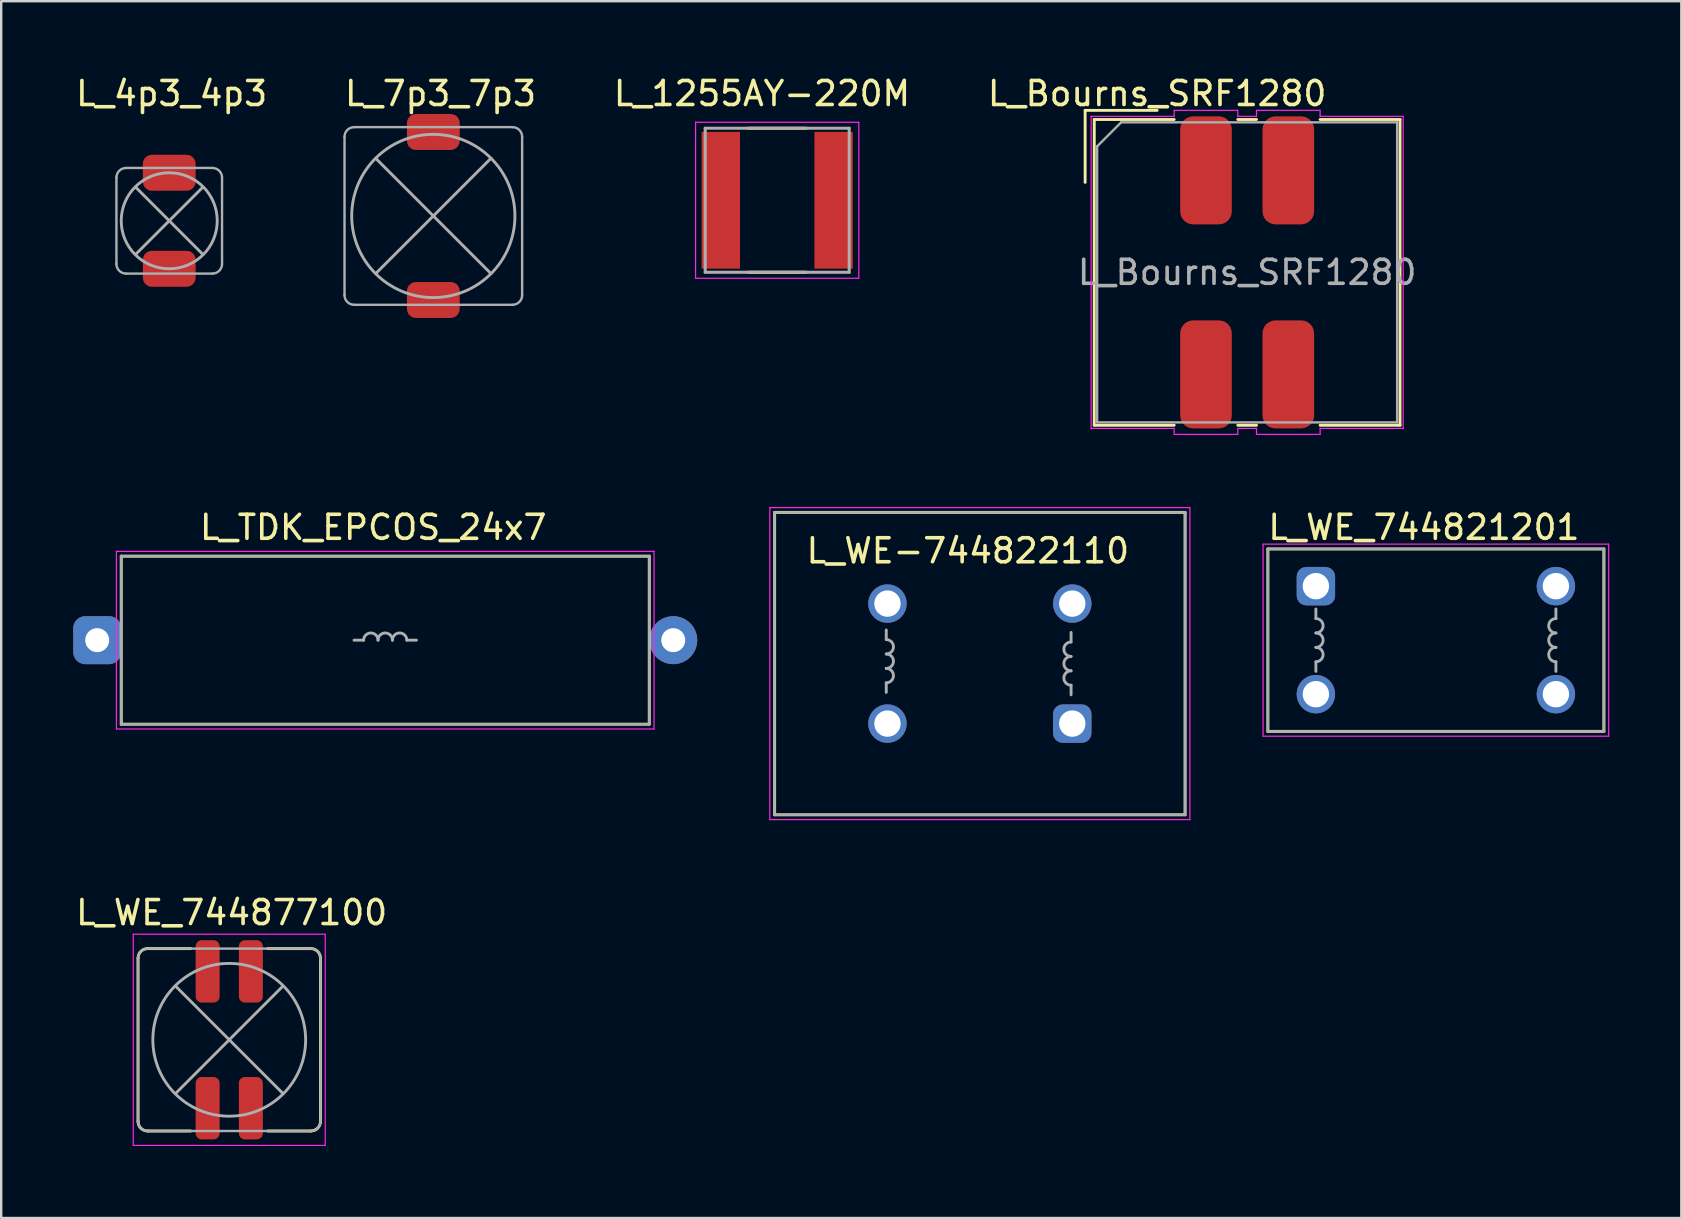
<source format=kicad_pcb>
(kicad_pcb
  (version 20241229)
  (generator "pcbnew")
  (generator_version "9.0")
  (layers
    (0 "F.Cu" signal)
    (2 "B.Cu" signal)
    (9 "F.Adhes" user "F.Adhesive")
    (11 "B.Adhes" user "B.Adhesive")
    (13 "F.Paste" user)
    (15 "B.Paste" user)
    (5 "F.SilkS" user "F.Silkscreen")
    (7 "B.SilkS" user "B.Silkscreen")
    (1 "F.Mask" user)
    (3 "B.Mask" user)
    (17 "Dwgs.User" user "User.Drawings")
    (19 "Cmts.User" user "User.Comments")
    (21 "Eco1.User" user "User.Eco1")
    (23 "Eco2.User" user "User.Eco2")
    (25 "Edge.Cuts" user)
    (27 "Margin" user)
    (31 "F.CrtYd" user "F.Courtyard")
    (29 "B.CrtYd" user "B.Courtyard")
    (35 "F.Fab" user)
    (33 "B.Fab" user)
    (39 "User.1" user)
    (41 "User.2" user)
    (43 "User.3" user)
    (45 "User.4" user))
  (footprint "L_WE-744822110"
    (layer "F.Cu")
    (at 37.775 24.598)
    (property "Reference" "L_WE-744822110" (at -0.5 -4.7 0) (layer "F.SilkS") (effects (font (size 1 1) (thickness 0.15))))
    (attr through_hole)
    (fp_line (start -8.55 -6.3) (end 8.55 -6.3) (stroke (width 0.12) (type solid)) (layer "F.SilkS"))
    (fp_line (start -8.55 6.3) (end -8.55 -6.3) (stroke (width 0.12) (type solid)) (layer "F.SilkS"))
    (fp_line (start 8.55 -6.3) (end 8.55 6.3) (stroke (width 0.12) (type solid)) (layer "F.SilkS"))
    (fp_line (start 8.55 6.3) (end -8.55 6.3) (stroke (width 0.12) (type solid)) (layer "F.SilkS"))
    (fp_line (start -8.75 -6.5) (end 8.75 -6.5) (stroke (width 0.05) (type solid)) (layer "F.CrtYd"))
    (fp_line (start -8.75 6.5) (end -8.75 -6.5) (stroke (width 0.05) (type solid)) (layer "F.CrtYd"))
    (fp_line (start 8.75 -6.5) (end 8.75 6.5) (stroke (width 0.05) (type solid)) (layer "F.CrtYd"))
    (fp_line (start 8.75 6.5) (end -8.75 6.5) (stroke (width 0.05) (type solid)) (layer "F.CrtYd"))
    (fp_line (start -8.55 -6.3) (end -8.55 6.3) (stroke (width 0.1) (type solid)) (layer "F.Fab"))
    (fp_line (start -8.55 6.3) (end 8.55 6.3) (stroke (width 0.1) (type solid)) (layer "F.Fab"))
    (fp_line (start -3.9 -1.4) (end -3.9 -1) (stroke (width 0.12) (type solid)) (layer "F.Fab"))
    (fp_line (start -3.9 1.2) (end -3.9 0.8) (stroke (width 0.12) (type solid)) (layer "F.Fab"))
    (fp_line (start 3.8 -1.3) (end 3.8 -0.9) (stroke (width 0.12) (type solid)) (layer "F.Fab"))
    (fp_line (start 3.8 1.3) (end 3.8 0.9) (stroke (width 0.12) (type solid)) (layer "F.Fab"))
    (fp_line (start 8.55 -6.3) (end -8.55 -6.3) (stroke (width 0.1) (type solid)) (layer "F.Fab"))
    (fp_line (start 8.55 6.3) (end 8.55 -6.3) (stroke (width 0.1) (type solid)) (layer "F.Fab"))
    (fp_arc (start -3.9 -1) (mid -3.6 -0.7) (end -3.9 -0.4) (stroke (width 0.12) (type solid)) (layer "F.Fab"))
    (fp_arc (start -3.9 -0.4) (mid -3.6 -0.1) (end -3.9 0.2) (stroke (width 0.12) (type solid)) (layer "F.Fab"))
    (fp_arc (start -3.9 0.2) (mid -3.6 0.5) (end -3.9 0.8) (stroke (width 0.12) (type solid)) (layer "F.Fab"))
    (fp_arc (start 3.8 -0.3) (mid 3.5 -0.6) (end 3.8 -0.9) (stroke (width 0.12) (type solid)) (layer "F.Fab"))
    (fp_arc (start 3.8 0.3) (mid 3.5 0) (end 3.8 -0.3) (stroke (width 0.12) (type solid)) (layer "F.Fab"))
    (fp_arc (start 3.8 0.9) (mid 3.5 0.6) (end 3.8 0.3) (stroke (width 0.12) (type solid)) (layer "F.Fab"))
    (pad "1" thru_hole roundrect (at 3.85 2.5) (size 1.6 1.6) (drill 1.1) (layers "*.Cu" "*.Mask") (roundrect_rratio 0.25))
    (pad "2" thru_hole circle (at 3.85 -2.5) (size 1.6 1.6) (drill 1.1) (layers "*.Cu" "*.Mask"))
    (pad "3" thru_hole circle (at -3.85 -2.5) (size 1.6 1.6) (drill 1.1) (layers "*.Cu" "*.Mask"))
    (pad "4" thru_hole circle (at -3.85 2.5) (size 1.6 1.6) (drill 1.1) (layers "*.Cu" "*.Mask")))
  (footprint "L_TDK_EPCOS_24x7"
    (layer "F.Cu")
    (at 13 23.622)
    (property "Reference" "L_TDK_EPCOS_24x7" (at -0.5 -4.7 0) (layer "F.SilkS") (effects (font (size 1 1) (thickness 0.15))))
    (attr through_hole)
    (fp_line (start -11 -3.5) (end 11 -3.5) (stroke (width 0.12) (type solid)) (layer "F.SilkS"))
    (fp_line (start -11 3.5) (end -11 -3.5) (stroke (width 0.12) (type solid)) (layer "F.SilkS"))
    (fp_line (start 11 -3.5) (end 11 3.5) (stroke (width 0.12) (type solid)) (layer "F.SilkS"))
    (fp_line (start 11 3.5) (end -11 3.5) (stroke (width 0.12) (type solid)) (layer "F.SilkS"))
    (fp_line (start -11.2 -3.7) (end 11.2 -3.7) (stroke (width 0.05) (type solid)) (layer "F.CrtYd"))
    (fp_line (start -11.2 3.7) (end -11.2 -3.7) (stroke (width 0.05) (type solid)) (layer "F.CrtYd"))
    (fp_line (start 11.2 -3.7) (end 11.2 3.7) (stroke (width 0.05) (type solid)) (layer "F.CrtYd"))
    (fp_line (start 11.2 3.7) (end -11.2 3.7) (stroke (width 0.05) (type solid)) (layer "F.CrtYd"))
    (fp_line (start -11 -3.5) (end -11 3.5) (stroke (width 0.1) (type solid)) (layer "F.Fab"))
    (fp_line (start -11 3.5) (end 11 3.5) (stroke (width 0.1) (type solid)) (layer "F.Fab"))
    (fp_line (start -1.3 0) (end -0.9 0) (stroke (width 0.12) (type solid)) (layer "F.Fab"))
    (fp_line (start 1.3 0) (end 0.9 0) (stroke (width 0.12) (type solid)) (layer "F.Fab"))
    (fp_line (start 11 -3.5) (end -11 -3.5) (stroke (width 0.1) (type solid)) (layer "F.Fab"))
    (fp_line (start 11 3.5) (end 11 -3.5) (stroke (width 0.1) (type solid)) (layer "F.Fab"))
    (fp_arc (start -0.9 0) (mid -0.6 -0.3) (end -0.3 0) (stroke (width 0.12) (type solid)) (layer "F.Fab"))
    (fp_arc (start -0.3 0) (mid 0 -0.3) (end 0.3 0) (stroke (width 0.12) (type solid)) (layer "F.Fab"))
    (fp_arc (start 0.3 0) (mid 0.6 -0.3) (end 0.9 0) (stroke (width 0.12) (type solid)) (layer "F.Fab"))
    (pad "1" thru_hole roundrect (at -12 0) (size 2 2) (drill 1) (layers "*.Cu" "*.Mask") (roundrect_rratio 0.25))
    (pad "2" thru_hole circle (at 12 0) (size 2 2) (drill 1) (layers "*.Cu" "*.Mask")))
  (footprint "L_WE_744877100"
    (layer "F.Cu")
    (at 6.501 40.272)
    (property "Reference" "L_WE_744877100" (at 0.1 -5.3 0) (layer "F.SilkS") (effects (font (size 1 1) (thickness 0.15))))
    (attr through_hole)
    (fp_line (start -3.8 -3.4) (end -3.8 3.4) (stroke (width 0.12) (type solid)) (layer "F.SilkS"))
    (fp_line (start -3.4 -3.8) (end -1.6 -3.8) (stroke (width 0.12) (type solid)) (layer "F.SilkS"))
    (fp_line (start -1.6 3.8) (end -3.4 3.8) (stroke (width 0.12) (type solid)) (layer "F.SilkS"))
    (fp_line (start 3.4 -3.8) (end 1.6 -3.8) (stroke (width 0.12) (type solid)) (layer "F.SilkS"))
    (fp_line (start 3.4 3.8) (end 1.6 3.8) (stroke (width 0.12) (type solid)) (layer "F.SilkS"))
    (fp_line (start 3.8 -3.4) (end 3.8 3.4) (stroke (width 0.12) (type solid)) (layer "F.SilkS"))
    (fp_arc (start -3.8 -3.4) (mid -3.682843 -3.682843) (end -3.4 -3.8) (stroke (width 0.12) (type solid)) (layer "F.SilkS"))
    (fp_arc (start -3.4 3.8) (mid -3.682843 3.682843) (end -3.8 3.4) (stroke (width 0.12) (type solid)) (layer "F.SilkS"))
    (fp_arc (start 3.4 -3.8) (mid 3.682843 -3.682843) (end 3.8 -3.4) (stroke (width 0.12) (type solid)) (layer "F.SilkS"))
    (fp_arc (start 3.8 3.4) (mid 3.682843 3.682843) (end 3.4 3.8) (stroke (width 0.12) (type solid)) (layer "F.SilkS"))
    (fp_line (start -4 -4.4) (end 4 -4.4) (stroke (width 0.05) (type solid)) (layer "F.CrtYd"))
    (fp_line (start -4 4.4) (end -4 -4.4) (stroke (width 0.05) (type solid)) (layer "F.CrtYd"))
    (fp_line (start 4 -4.4) (end 4 4.4) (stroke (width 0.05) (type solid)) (layer "F.CrtYd"))
    (fp_line (start 4 4.4) (end -4 4.4) (stroke (width 0.05) (type solid)) (layer "F.CrtYd"))
    (fp_line (start -3.8 3.4) (end -3.8 -3.4) (stroke (width 0.1) (type solid)) (layer "F.Fab"))
    (fp_line (start -3.4 -3.8) (end 3.4 -3.8) (stroke (width 0.1) (type solid)) (layer "F.Fab"))
    (fp_line (start -2.2 -2.2) (end 2.2 2.2) (stroke (width 0.12) (type solid)) (layer "F.Fab"))
    (fp_line (start 2.2 -2.2) (end -2.2 2.2) (stroke (width 0.12) (type solid)) (layer "F.Fab"))
    (fp_line (start 3.4 3.8) (end -3.4 3.8) (stroke (width 0.1) (type solid)) (layer "F.Fab"))
    (fp_line (start 3.8 -3.4) (end 3.8 3.4) (stroke (width 0.1) (type solid)) (layer "F.Fab"))
    (fp_arc (start -3.8 -3.4) (mid -3.682843 -3.682843) (end -3.4 -3.8) (stroke (width 0.1) (type solid)) (layer "F.Fab"))
    (fp_arc (start -3.4 3.8) (mid -3.682843 3.682843) (end -3.8 3.4) (stroke (width 0.1) (type solid)) (layer "F.Fab"))
    (fp_arc (start 3.4 -3.8) (mid 3.682843 -3.682843) (end 3.8 -3.4) (stroke (width 0.1) (type solid)) (layer "F.Fab"))
    (fp_arc (start 3.8 3.4) (mid 3.682843 3.682843) (end 3.4 3.8) (stroke (width 0.1) (type solid)) (layer "F.Fab"))
    (fp_circle (center 0 0) (end 2.3 2.2) (stroke (width 0.12) (type solid)) (fill no) (layer "F.Fab"))
    (pad "1" smd roundrect (at 0.9 2.85) (size 1 2.6) (layers "F.Cu" "F.Mask" "F.Paste") (roundrect_rratio 0.25))
    (pad "2" smd roundrect (at 0.9 -2.85) (size 1 2.6) (layers "F.Cu" "F.Mask" "F.Paste") (roundrect_rratio 0.25))
    (pad "3" smd roundrect (at -0.9 -2.85) (size 1 2.6) (layers "F.Cu" "F.Mask" "F.Paste") (roundrect_rratio 0.25))
    (pad "4" smd roundrect (at -0.9 2.85) (size 1 2.6) (layers "F.Cu" "F.Mask" "F.Paste") (roundrect_rratio 0.25)))
  (footprint "L_Bourns_SRF1280"
    (layer "F.Cu")
    (at 48.911 8.298)
    (property "Reference" "L_Bourns_SRF1280" (at -3.75 -7.45 0) (layer "F.SilkS") (effects (font (size 1 1) (thickness 0.15))))
    (attr smd)
    (fp_line (start -6.75 -6.75) (end -3.75 -6.75) (stroke (width 0.12) (type solid)) (layer "F.SilkS"))
    (fp_line (start -6.75 -3.75) (end -6.75 -6.75) (stroke (width 0.12) (type solid)) (layer "F.SilkS"))
    (fp_line (start -6.37 -6.37) (end -6.37 6.37) (stroke (width 0.12) (type solid)) (layer "F.SilkS"))
    (fp_line (start -6.37 -6.37) (end -3.04 -6.37) (stroke (width 0.12) (type solid)) (layer "F.SilkS"))
    (fp_line (start -6.37 6.37) (end -3.04 6.37) (stroke (width 0.12) (type solid)) (layer "F.SilkS"))
    (fp_line (start -0.39 -6.37) (end 0.39 -6.37) (stroke (width 0.12) (type solid)) (layer "F.SilkS"))
    (fp_line (start -0.39 6.37) (end 0.39 6.37) (stroke (width 0.12) (type solid)) (layer "F.SilkS"))
    (fp_line (start 3.04 -6.37) (end 6.37 -6.37) (stroke (width 0.12) (type solid)) (layer "F.SilkS"))
    (fp_line (start 3.04 6.37) (end 6.37 6.37) (stroke (width 0.12) (type solid)) (layer "F.SilkS"))
    (fp_line (start 6.37 -6.37) (end 6.37 6.37) (stroke (width 0.12) (type solid)) (layer "F.SilkS"))
    (fp_line (start -6.5 -6.5) (end -6.5 6.5) (stroke (width 0.05) (type solid)) (layer "F.CrtYd"))
    (fp_line (start -6.5 -6.5) (end -3.04 -6.5) (stroke (width 0.05) (type solid)) (layer "F.CrtYd"))
    (fp_line (start -6.5 6.5) (end -3.04 6.5) (stroke (width 0.05) (type solid)) (layer "F.CrtYd"))
    (fp_line (start -3.04 -6.75) (end -0.39 -6.75) (stroke (width 0.05) (type solid)) (layer "F.CrtYd"))
    (fp_line (start -3.04 -6.5) (end -3.04 -6.75) (stroke (width 0.05) (type solid)) (layer "F.CrtYd"))
    (fp_line (start -3.04 6.5) (end -3.04 6.75) (stroke (width 0.05) (type solid)) (layer "F.CrtYd"))
    (fp_line (start -3.04 6.75) (end -0.39 6.75) (stroke (width 0.05) (type solid)) (layer "F.CrtYd"))
    (fp_line (start -0.39 -6.75) (end -0.39 -6.5) (stroke (width 0.05) (type solid)) (layer "F.CrtYd"))
    (fp_line (start -0.39 -6.5) (end 0.39 -6.5) (stroke (width 0.05) (type solid)) (layer "F.CrtYd"))
    (fp_line (start -0.39 6.5) (end 0.39 6.5) (stroke (width 0.05) (type solid)) (layer "F.CrtYd"))
    (fp_line (start -0.39 6.75) (end -0.39 6.5) (stroke (width 0.05) (type solid)) (layer "F.CrtYd"))
    (fp_line (start 0.39 -6.75) (end 3.04 -6.75) (stroke (width 0.05) (type solid)) (layer "F.CrtYd"))
    (fp_line (start 0.39 -6.5) (end 0.39 -6.75) (stroke (width 0.05) (type solid)) (layer "F.CrtYd"))
    (fp_line (start 0.39 6.5) (end 0.39 6.75) (stroke (width 0.05) (type solid)) (layer "F.CrtYd"))
    (fp_line (start 0.39 6.75) (end 3.04 6.75) (stroke (width 0.05) (type solid)) (layer "F.CrtYd"))
    (fp_line (start 3.04 -6.75) (end 3.04 -6.5) (stroke (width 0.05) (type solid)) (layer "F.CrtYd"))
    (fp_line (start 3.04 -6.5) (end 6.5 -6.5) (stroke (width 0.05) (type solid)) (layer "F.CrtYd"))
    (fp_line (start 3.04 6.5) (end 6.5 6.5) (stroke (width 0.05) (type solid)) (layer "F.CrtYd"))
    (fp_line (start 3.04 6.75) (end 3.04 6.5) (stroke (width 0.05) (type solid)) (layer "F.CrtYd"))
    (fp_line (start 6.5 -6.5) (end 6.5 6.5) (stroke (width 0.05) (type solid)) (layer "F.CrtYd"))
    (fp_line (start -6.25 -5.25) (end -5.25 -6.25) (stroke (width 0.1) (type solid)) (layer "F.Fab"))
    (fp_line (start -6.25 6.25) (end -6.25 -5.25) (stroke (width 0.1) (type solid)) (layer "F.Fab"))
    (fp_line (start -5.25 -6.25) (end 6.25 -6.25) (stroke (width 0.1) (type solid)) (layer "F.Fab"))
    (fp_line (start 6.25 -6.25) (end 6.25 6.25) (stroke (width 0.1) (type solid)) (layer "F.Fab"))
    (fp_line (start 6.25 6.25) (end -6.25 6.25) (stroke (width 0.1) (type solid)) (layer "F.Fab"))
    (fp_text user "${REFERENCE}" (at 0 0 0) (layer "F.Fab") (effects (font (size 1 1) (thickness 0.15))))
    (pad "1" smd roundrect (at -1.715 -4.25) (size 2.15 4.5) (layers "F.Cu" "F.Mask" "F.Paste") (roundrect_rratio 0.25))
    (pad "2" smd roundrect (at 1.715 -4.25) (size 2.15 4.5) (layers "F.Cu" "F.Mask" "F.Paste") (roundrect_rratio 0.25))
    (pad "3" smd roundrect (at 1.715 4.25) (size 2.15 4.5) (layers "F.Cu" "F.Mask" "F.Paste") (roundrect_rratio 0.25))
    (pad "4" smd roundrect (at -1.715 4.25) (size 2.15 4.5) (layers "F.Cu" "F.Mask" "F.Paste") (roundrect_rratio 0.25)))
  (footprint "L_WE_744821201"
    (layer "F.Cu")
    (at 56.775 23.622)
    (property "Reference" "L_WE_744821201" (at -0.5 -4.7 0) (layer "F.SilkS") (effects (font (size 1 1) (thickness 0.15))))
    (attr through_hole)
    (fp_line (start -7 -3.8) (end 7 -3.8) (stroke (width 0.12) (type solid)) (layer "F.SilkS"))
    (fp_line (start -7 3.8) (end -7 -3.8) (stroke (width 0.12) (type solid)) (layer "F.SilkS"))
    (fp_line (start 7 -3.8) (end 7 3.8) (stroke (width 0.12) (type solid)) (layer "F.SilkS"))
    (fp_line (start 7 3.8) (end -7 3.8) (stroke (width 0.12) (type solid)) (layer "F.SilkS"))
    (fp_line (start -7.2 -4) (end 7.2 -4) (stroke (width 0.05) (type solid)) (layer "F.CrtYd"))
    (fp_line (start -7.2 4) (end -7.2 -4) (stroke (width 0.05) (type solid)) (layer "F.CrtYd"))
    (fp_line (start 7.2 -4) (end 7.2 4) (stroke (width 0.05) (type solid)) (layer "F.CrtYd"))
    (fp_line (start 7.2 4) (end -7.2 4) (stroke (width 0.05) (type solid)) (layer "F.CrtYd"))
    (fp_line (start -7 -3.8) (end -7 3.8) (stroke (width 0.1) (type solid)) (layer "F.Fab"))
    (fp_line (start -7 3.8) (end 7 3.8) (stroke (width 0.1) (type solid)) (layer "F.Fab"))
    (fp_line (start -5 -1.3) (end -5 -0.9) (stroke (width 0.12) (type solid)) (layer "F.Fab"))
    (fp_line (start -5 1.3) (end -5 0.9) (stroke (width 0.12) (type solid)) (layer "F.Fab"))
    (fp_line (start 5 -1.3) (end 5 -0.9) (stroke (width 0.12) (type solid)) (layer "F.Fab"))
    (fp_line (start 5 1.3) (end 5 0.9) (stroke (width 0.12) (type solid)) (layer "F.Fab"))
    (fp_line (start 7 -3.8) (end -7 -3.8) (stroke (width 0.1) (type solid)) (layer "F.Fab"))
    (fp_line (start 7 3.8) (end 7 -3.8) (stroke (width 0.1) (type solid)) (layer "F.Fab"))
    (fp_arc (start -5 -0.9) (mid -4.7 -0.6) (end -5 -0.3) (stroke (width 0.12) (type solid)) (layer "F.Fab"))
    (fp_arc (start -5 -0.3) (mid -4.7 0) (end -5 0.3) (stroke (width 0.12) (type solid)) (layer "F.Fab"))
    (fp_arc (start -5 0.3) (mid -4.7 0.6) (end -5 0.9) (stroke (width 0.12) (type solid)) (layer "F.Fab"))
    (fp_arc (start 5 -0.3) (mid 4.7 -0.6) (end 5 -0.9) (stroke (width 0.12) (type solid)) (layer "F.Fab"))
    (fp_arc (start 5 0.3) (mid 4.7 0) (end 5 -0.3) (stroke (width 0.12) (type solid)) (layer "F.Fab"))
    (fp_arc (start 5 0.9) (mid 4.7 0.6) (end 5 0.3) (stroke (width 0.12) (type solid)) (layer "F.Fab"))
    (pad "1" thru_hole roundrect (at -5 -2.25) (size 1.6 1.6) (drill 1.1) (layers "*.Cu" "*.Mask") (roundrect_rratio 0.25))
    (pad "2" thru_hole circle (at 5 -2.25) (size 1.6 1.6) (drill 1.1) (layers "*.Cu" "*.Mask"))
    (pad "3" thru_hole circle (at 5 2.25) (size 1.6 1.6) (drill 1.1) (layers "*.Cu" "*.Mask"))
    (pad "4" thru_hole circle (at -5 2.25) (size 1.6 1.6) (drill 1.1) (layers "*.Cu" "*.Mask")))
  (footprint "L_1255AY-220M"
    (layer "F.Cu")
    (at 29.331 5.293)
    (property "Reference" "L_1255AY-220M" (at -0.635 -4.445 0) (layer "F.SilkS") (effects (font (size 1 1) (thickness 0.15))))
    (attr smd)
    (fp_line (start -1.2 -3) (end 1.2 -3) (stroke (width 0.127) (type solid)) (layer "F.SilkS"))
    (fp_line (start -1.2 3) (end 1.2 3) (stroke (width 0.127) (type solid)) (layer "F.SilkS"))
    (fp_line (start -3.4 -3.25) (end 3.4 -3.25) (stroke (width 0.05) (type solid)) (layer "F.CrtYd"))
    (fp_line (start -3.4 3.25) (end -3.4 -3.25) (stroke (width 0.05) (type solid)) (layer "F.CrtYd"))
    (fp_line (start 3.4 -3.25) (end 3.4 3.25) (stroke (width 0.05) (type solid)) (layer "F.CrtYd"))
    (fp_line (start 3.4 3.25) (end -3.4 3.25) (stroke (width 0.05) (type solid)) (layer "F.CrtYd"))
    (fp_line (start -3 -3) (end 3 -3) (stroke (width 0.127) (type solid)) (layer "F.Fab"))
    (fp_line (start -3 3) (end -3 -3) (stroke (width 0.127) (type solid)) (layer "F.Fab"))
    (fp_line (start 3 -3) (end 3 3) (stroke (width 0.127) (type solid)) (layer "F.Fab"))
    (fp_line (start 3 3) (end -3 3) (stroke (width 0.127) (type solid)) (layer "F.Fab"))
    (pad "1" smd rect (at -2.35 0 90) (size 5.7 1.6) (layers "F.Cu" "F.Mask" "F.Paste"))
    (pad "2" smd rect (at 2.35 0 90) (size 5.7 1.6) (layers "F.Cu" "F.Mask" "F.Paste")))
  (footprint "L_4p3_4p3"
    (layer "F.Cu")
    (at 4.001 6.148)
    (property "Reference" "L_4p3_4p3" (at 0.1 -5.3 0) (layer "F.SilkS") (effects (font (size 1 1) (thickness 0.15))))
    (attr through_hole)
    (fp_line (start -2.2 1.8) (end -2.2 -1.8) (stroke (width 0.1) (type solid)) (layer "F.Fab"))
    (fp_line (start -1.8 -2.2) (end 1.8 -2.2) (stroke (width 0.1) (type solid)) (layer "F.Fab"))
    (fp_line (start -1.4 -1.4) (end 1.4 1.4) (stroke (width 0.12) (type solid)) (layer "F.Fab"))
    (fp_line (start 1.4 -1.4) (end -1.4 1.4) (stroke (width 0.12) (type solid)) (layer "F.Fab"))
    (fp_line (start 1.8 2.2) (end -1.8 2.2) (stroke (width 0.1) (type solid)) (layer "F.Fab"))
    (fp_line (start 2.2 1.8) (end 2.2 -1.8) (stroke (width 0.1) (type solid)) (layer "F.Fab"))
    (fp_arc (start -2.2 -1.8) (mid -2.082843 -2.082843) (end -1.8 -2.2) (stroke (width 0.1) (type solid)) (layer "F.Fab"))
    (fp_arc (start -1.8 2.2) (mid -2.082843 2.082843) (end -2.2 1.8) (stroke (width 0.1) (type solid)) (layer "F.Fab"))
    (fp_arc (start 1.8 -2.2) (mid 2.082843 -2.082843) (end 2.2 -1.8) (stroke (width 0.1) (type solid)) (layer "F.Fab"))
    (fp_arc (start 2.2 1.8) (mid 2.082843 2.082843) (end 1.8 2.2) (stroke (width 0.1) (type solid)) (layer "F.Fab"))
    (fp_circle (center 0 0) (end 2 0) (stroke (width 0.12) (type solid)) (fill no) (layer "F.Fab"))
    (pad "1" smd roundrect (at 0 2) (size 2.2 1.5) (layers "F.Cu" "F.Mask" "F.Paste") (roundrect_rratio 0.25))
    (pad "2" smd roundrect (at 0 -2) (size 2.2 1.5) (layers "F.Cu" "F.Mask" "F.Paste") (roundrect_rratio 0.25)))
  (footprint "L_7p3_7p3"
    (layer "F.Cu")
    (at 15.004 5.948)
    (property "Reference" "L_7p3_7p3" (at 0.3 -5.1 0) (layer "F.SilkS") (effects (font (size 1 1) (thickness 0.15))))
    (attr through_hole)
    (fp_line (start -3.7 3.3) (end -3.7 -3.3) (stroke (width 0.1) (type solid)) (layer "F.Fab"))
    (fp_line (start -3.3 -3.7) (end 3.3 -3.7) (stroke (width 0.1) (type solid)) (layer "F.Fab"))
    (fp_line (start -2.4 -2.4) (end 2.4 2.4) (stroke (width 0.12) (type solid)) (layer "F.Fab"))
    (fp_line (start 2.4 -2.4) (end -2.4 2.4) (stroke (width 0.12) (type solid)) (layer "F.Fab"))
    (fp_line (start 3.3 3.7) (end -3.3 3.7) (stroke (width 0.1) (type solid)) (layer "F.Fab"))
    (fp_line (start 3.7 3.3) (end 3.7 -3.3) (stroke (width 0.1) (type solid)) (layer "F.Fab"))
    (fp_arc (start -3.7 -3.3) (mid -3.582843 -3.582843) (end -3.3 -3.7) (stroke (width 0.1) (type solid)) (layer "F.Fab"))
    (fp_arc (start -3.3 3.7) (mid -3.582843 3.582843) (end -3.7 3.3) (stroke (width 0.1) (type solid)) (layer "F.Fab"))
    (fp_arc (start 3.3 -3.7) (mid 3.582843 -3.582843) (end 3.7 -3.3) (stroke (width 0.1) (type solid)) (layer "F.Fab"))
    (fp_arc (start 3.7 3.3) (mid 3.582843 3.582843) (end 3.3 3.7) (stroke (width 0.1) (type solid)) (layer "F.Fab"))
    (fp_circle (center 0 0) (end 3.4 0) (stroke (width 0.12) (type solid)) (fill no) (layer "F.Fab"))
    (pad "1" smd roundrect (at 0 3.5) (size 2.2 1.5) (layers "F.Cu" "F.Mask" "F.Paste") (roundrect_rratio 0.25))
    (pad "2" smd roundrect (at 0 -3.5) (size 2.2 1.5) (layers "F.Cu" "F.Mask" "F.Paste") (roundrect_rratio 0.25)))
  (gr_rect
    (start -3 -3)
    (end 67 47.697)
    (stroke (width 0.1) (type default))
    (fill no)
    (layer "Edge.Cuts")))
</source>
